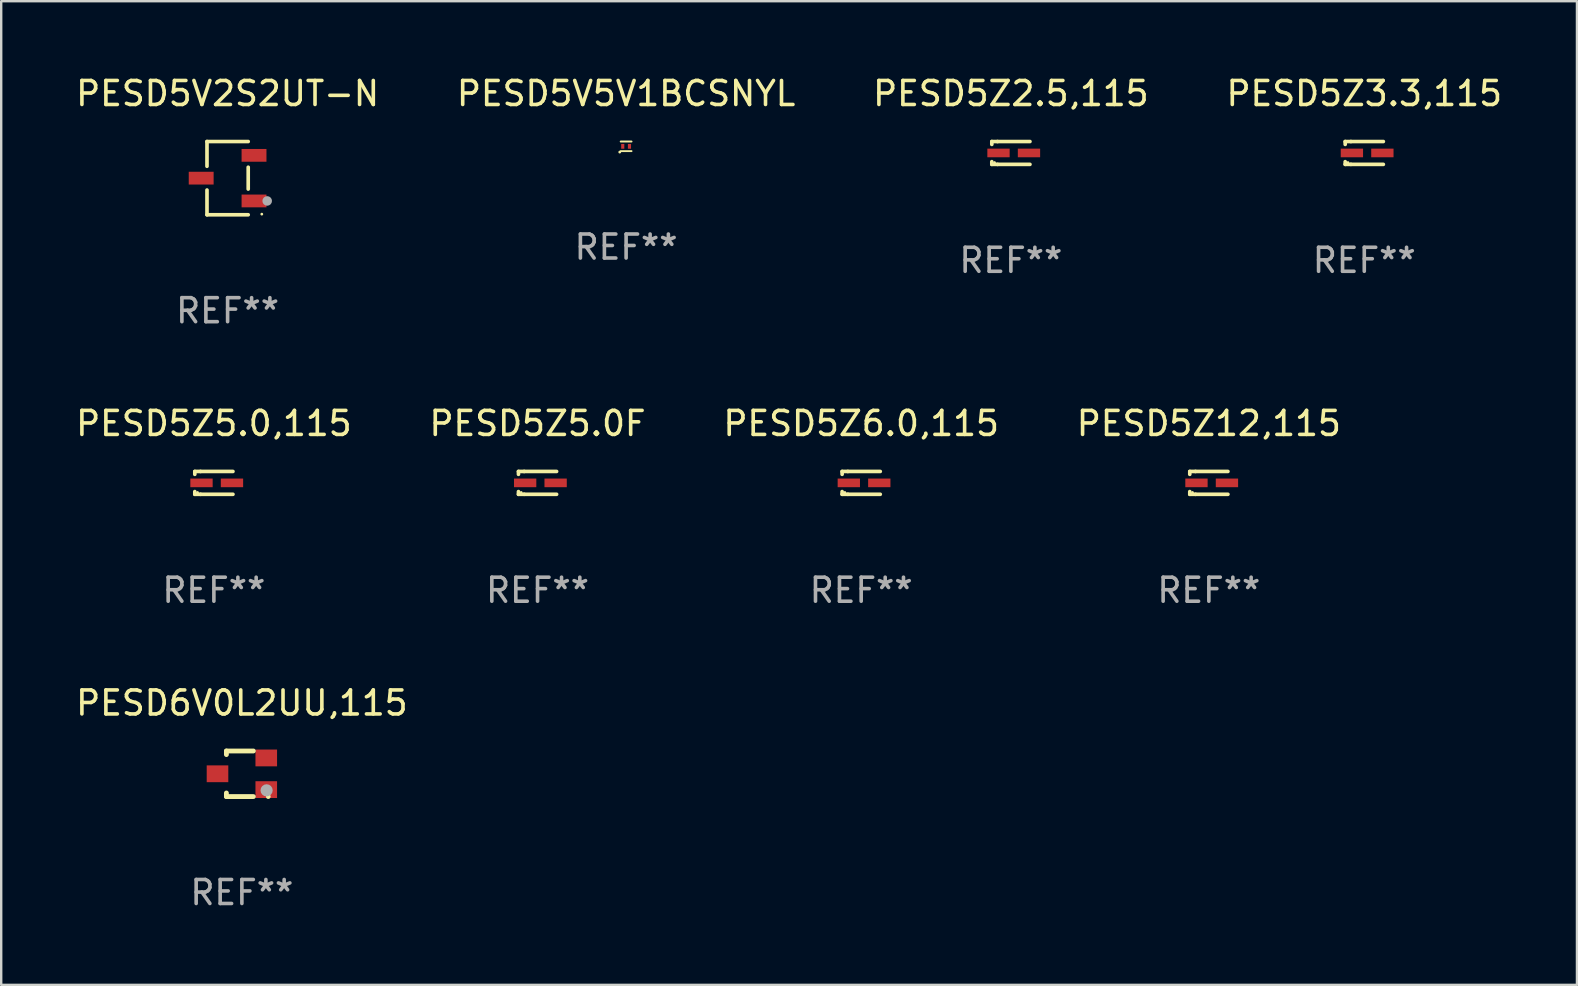
<source format=kicad_pcb>
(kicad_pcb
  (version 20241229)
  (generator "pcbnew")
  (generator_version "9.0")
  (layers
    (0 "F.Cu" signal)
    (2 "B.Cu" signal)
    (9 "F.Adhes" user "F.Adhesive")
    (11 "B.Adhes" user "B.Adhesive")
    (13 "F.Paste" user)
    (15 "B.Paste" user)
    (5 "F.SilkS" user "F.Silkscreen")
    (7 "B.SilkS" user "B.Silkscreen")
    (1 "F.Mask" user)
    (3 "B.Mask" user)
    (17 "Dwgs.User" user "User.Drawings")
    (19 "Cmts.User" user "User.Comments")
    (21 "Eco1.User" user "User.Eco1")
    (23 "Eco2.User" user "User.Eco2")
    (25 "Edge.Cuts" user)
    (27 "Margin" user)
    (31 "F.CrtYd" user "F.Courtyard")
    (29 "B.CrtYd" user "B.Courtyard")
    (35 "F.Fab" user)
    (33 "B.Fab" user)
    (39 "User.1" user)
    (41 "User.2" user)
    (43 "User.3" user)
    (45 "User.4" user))
  (footprint "PESD5Z2.5,115"
    (layer "F.Cu")
    (at 39.077 3.324)
    (property "Reference" "PESD5Z2.5,115" (at 0 -2.476 0) (layer "F.SilkS") (effects (font (size 1 1) (thickness 0.15))))
    (attr through_hole)
    (fp_line (start -0.795 -0.476) (end -0.795 -0.356) (stroke (width 0.152) (type solid)) (layer "F.SilkS"))
    (fp_line (start -0.795 0.363) (end -0.795 0.476) (stroke (width 0.152) (type solid)) (layer "F.SilkS"))
    (fp_line (start -0.795 0.476) (end -0.557 0.476) (stroke (width 0.152) (type solid)) (layer "F.SilkS"))
    (fp_line (start -0.557 -0.476) (end -0.795 -0.476) (stroke (width 0.152) (type solid)) (layer "F.SilkS"))
    (fp_line (start -0.557 -0.476) (end 0.795 -0.476) (stroke (width 0.152) (type solid)) (layer "F.SilkS"))
    (fp_line (start -0.557 0.476) (end 0.795 0.476) (stroke (width 0.152) (type solid)) (layer "F.SilkS"))
    (fp_circle (center -0.681 0.4) (end -0.651 0.4) (stroke (width 0.06) (type solid)) (fill no) (layer "F.SilkS"))
    (fp_text user "REF**" (at 0 4.476 0) (layer "F.Fab") (effects (font (size 1 1) (thickness 0.15))))
    (pad "1" smd rect (at -0.516 0 180) (size 0.93 0.36) (layers "F.Cu" "F.Mask" "F.Paste"))
    (pad "2" smd rect (at 0.754 0 180) (size 0.93 0.36) (layers "F.Cu" "F.Mask" "F.Paste")))
  (footprint "PESD5Z6.0,115"
    (layer "F.Cu")
    (at 32.839 17.073)
    (property "Reference" "PESD5Z6.0,115" (at 0 -2.476 0) (layer "F.SilkS") (effects (font (size 1 1) (thickness 0.15))))
    (attr through_hole)
    (fp_line (start -0.795 -0.476) (end -0.795 -0.356) (stroke (width 0.152) (type solid)) (layer "F.SilkS"))
    (fp_line (start -0.795 0.363) (end -0.795 0.476) (stroke (width 0.152) (type solid)) (layer "F.SilkS"))
    (fp_line (start -0.795 0.476) (end -0.557 0.476) (stroke (width 0.152) (type solid)) (layer "F.SilkS"))
    (fp_line (start -0.557 -0.476) (end -0.795 -0.476) (stroke (width 0.152) (type solid)) (layer "F.SilkS"))
    (fp_line (start -0.557 -0.476) (end 0.795 -0.476) (stroke (width 0.152) (type solid)) (layer "F.SilkS"))
    (fp_line (start -0.557 0.476) (end 0.795 0.476) (stroke (width 0.152) (type solid)) (layer "F.SilkS"))
    (fp_circle (center -0.681 0.4) (end -0.651 0.4) (stroke (width 0.06) (type solid)) (fill no) (layer "F.SilkS"))
    (fp_text user "REF**" (at 0 4.476 0) (layer "F.Fab") (effects (font (size 1 1) (thickness 0.15))))
    (pad "1" smd rect (at -0.516 0 180) (size 0.93 0.36) (layers "F.Cu" "F.Mask" "F.Paste"))
    (pad "2" smd rect (at 0.754 0 180) (size 0.93 0.36) (layers "F.Cu" "F.Mask" "F.Paste")))
  (footprint "PESD5Z3.3,115"
    (layer "F.Cu")
    (at 53.804 3.324)
    (property "Reference" "PESD5Z3.3,115" (at 0 -2.476 0) (layer "F.SilkS") (effects (font (size 1 1) (thickness 0.15))))
    (attr through_hole)
    (fp_line (start -0.795 -0.476) (end -0.795 -0.356) (stroke (width 0.152) (type solid)) (layer "F.SilkS"))
    (fp_line (start -0.795 0.363) (end -0.795 0.476) (stroke (width 0.152) (type solid)) (layer "F.SilkS"))
    (fp_line (start -0.795 0.476) (end -0.557 0.476) (stroke (width 0.152) (type solid)) (layer "F.SilkS"))
    (fp_line (start -0.557 -0.476) (end -0.795 -0.476) (stroke (width 0.152) (type solid)) (layer "F.SilkS"))
    (fp_line (start -0.557 -0.476) (end 0.795 -0.476) (stroke (width 0.152) (type solid)) (layer "F.SilkS"))
    (fp_line (start -0.557 0.476) (end 0.795 0.476) (stroke (width 0.152) (type solid)) (layer "F.SilkS"))
    (fp_circle (center -0.681 0.4) (end -0.651 0.4) (stroke (width 0.06) (type solid)) (fill no) (layer "F.SilkS"))
    (fp_text user "REF**" (at 0 4.476 0) (layer "F.Fab") (effects (font (size 1 1) (thickness 0.15))))
    (pad "1" smd rect (at -0.516 0 180) (size 0.93 0.36) (layers "F.Cu" "F.Mask" "F.Paste"))
    (pad "2" smd rect (at 0.754 0 180) (size 0.93 0.36) (layers "F.Cu" "F.Mask" "F.Paste")))
  (footprint "PESD5V5V1BCSNYL"
    (layer "F.Cu")
    (at 23.042 3.048)
    (property "Reference" "PESD5V5V1BCSNYL" (at 0 -2.2 0) (layer "F.SilkS") (effects (font (size 1 1) (thickness 0.15))))
    (attr through_hole)
    (fp_line (start -0.225 -0.2) (end 0.225 -0.2) (stroke (width 0.08) (type solid)) (layer "F.SilkS"))
    (fp_line (start -0.225 0.2) (end 0.225 0.2) (stroke (width 0.08) (type solid)) (layer "F.SilkS"))
    (fp_circle (center -0.265 0.24) (end -0.235 0.24) (stroke (width 0.06) (type solid)) (fill no) (layer "F.SilkS"))
    (fp_text user "REF**" (at 0 4.2 0) (layer "F.Fab") (effects (font (size 1 1) (thickness 0.15))))
    (pad "1" smd rect (at -0.14 0) (size 0.13 0.2) (layers "F.Cu" "F.Mask" "F.Paste"))
    (pad "2" smd rect (at 0.14 0) (size 0.13 0.2) (layers "F.Cu" "F.Mask" "F.Paste")))
  (footprint "PESD5Z12,115"
    (layer "F.Cu")
    (at 47.327 17.073)
    (property "Reference" "PESD5Z12,115" (at 0 -2.476 0) (layer "F.SilkS") (effects (font (size 1 1) (thickness 0.15))))
    (attr through_hole)
    (fp_line (start -0.795 -0.476) (end -0.795 -0.356) (stroke (width 0.152) (type solid)) (layer "F.SilkS"))
    (fp_line (start -0.795 0.363) (end -0.795 0.476) (stroke (width 0.152) (type solid)) (layer "F.SilkS"))
    (fp_line (start -0.795 0.476) (end -0.557 0.476) (stroke (width 0.152) (type solid)) (layer "F.SilkS"))
    (fp_line (start -0.557 -0.476) (end -0.795 -0.476) (stroke (width 0.152) (type solid)) (layer "F.SilkS"))
    (fp_line (start -0.557 -0.476) (end 0.795 -0.476) (stroke (width 0.152) (type solid)) (layer "F.SilkS"))
    (fp_line (start -0.557 0.476) (end 0.795 0.476) (stroke (width 0.152) (type solid)) (layer "F.SilkS"))
    (fp_circle (center -0.681 0.4) (end -0.651 0.4) (stroke (width 0.06) (type solid)) (fill no) (layer "F.SilkS"))
    (fp_text user "REF**" (at 0 4.476 0) (layer "F.Fab") (effects (font (size 1 1) (thickness 0.15))))
    (pad "1" smd rect (at -0.516 0 180) (size 0.93 0.36) (layers "F.Cu" "F.Mask" "F.Paste"))
    (pad "2" smd rect (at 0.754 0 180) (size 0.93 0.36) (layers "F.Cu" "F.Mask" "F.Paste")))
  (footprint "PESD5Z5.0F"
    (layer "F.Cu")
    (at 19.351 17.073)
    (property "Reference" "PESD5Z5.0F" (at 0 -2.476 0) (layer "F.SilkS") (effects (font (size 1 1) (thickness 0.15))))
    (attr through_hole)
    (fp_line (start -0.795 -0.476) (end -0.795 -0.356) (stroke (width 0.152) (type solid)) (layer "F.SilkS"))
    (fp_line (start -0.795 0.363) (end -0.795 0.476) (stroke (width 0.152) (type solid)) (layer "F.SilkS"))
    (fp_line (start -0.795 0.476) (end -0.557 0.476) (stroke (width 0.152) (type solid)) (layer "F.SilkS"))
    (fp_line (start -0.557 -0.476) (end -0.795 -0.476) (stroke (width 0.152) (type solid)) (layer "F.SilkS"))
    (fp_line (start -0.557 -0.476) (end 0.795 -0.476) (stroke (width 0.152) (type solid)) (layer "F.SilkS"))
    (fp_line (start -0.557 0.476) (end 0.795 0.476) (stroke (width 0.152) (type solid)) (layer "F.SilkS"))
    (fp_circle (center -0.681 0.4) (end -0.651 0.4) (stroke (width 0.06) (type solid)) (fill no) (layer "F.SilkS"))
    (fp_text user "REF**" (at 0 4.476 0) (layer "F.Fab") (effects (font (size 1 1) (thickness 0.15))))
    (pad "1" smd rect (at -0.516 0 180) (size 0.93 0.36) (layers "F.Cu" "F.Mask" "F.Paste"))
    (pad "2" smd rect (at 0.754 0 180) (size 0.93 0.36) (layers "F.Cu" "F.Mask" "F.Paste")))
  (footprint "PESD5V2S2UT-N"
    (layer "F.Cu")
    (at 6.435 4.374)
    (property "Reference" "PESD5V2S2UT-N" (at 0 -3.526 0) (layer "F.SilkS") (effects (font (size 1 1) (thickness 0.15))))
    (attr through_hole)
    (fp_line (start -0.859 -1.526) (end -0.859 -0.495) (stroke (width 0.152) (type solid)) (layer "F.SilkS"))
    (fp_line (start -0.859 1.526) (end -0.859 0.495) (stroke (width 0.152) (type solid)) (layer "F.SilkS"))
    (fp_line (start 0.859 -1.526) (end -0.859 -1.526) (stroke (width 0.152) (type solid)) (layer "F.SilkS"))
    (fp_line (start 0.859 -0.455) (end 0.859 0.455) (stroke (width 0.152) (type solid)) (layer "F.SilkS"))
    (fp_line (start 0.859 1.526) (end -0.859 1.526) (stroke (width 0.152) (type solid)) (layer "F.SilkS"))
    (fp_circle (center 1.425 1.5) (end 1.455 1.5) (stroke (width 0.06) (type solid)) (fill no) (layer "F.SilkS"))
    (fp_circle (center 1.65 0.95) (end 1.75 0.95) (stroke (width 0.2) (type solid)) (fill no) (layer "F.Fab"))
    (fp_text user "REF**" (at 0 5.526 0) (layer "F.Fab") (effects (font (size 1 1) (thickness 0.15))))
    (pad "1" smd rect (at 1.101 0.95) (size 1.037 0.532) (layers "F.Cu" "F.Mask" "F.Paste"))
    (pad "2" smd rect (at 1.101 -0.95) (size 1.037 0.532) (layers "F.Cu" "F.Mask" "F.Paste"))
    (pad "3" smd rect (at -1.101 0) (size 1.037 0.532) (layers "F.Cu" "F.Mask" "F.Paste")))
  (footprint "PESD6V0L2UU,115"
    (layer "F.Cu")
    (at 7.03 29.196)
    (property "Reference" "PESD6V0L2UU,115" (at 0 -2.95 0) (layer "F.SilkS") (effects (font (size 1 1) (thickness 0.15))))
    (attr through_hole)
    (fp_line (start -0.645 -0.95) (end 0.48 -0.95) (stroke (width 0.201) (type solid)) (layer "F.SilkS"))
    (fp_line (start -0.645 -0.8) (end -0.645 -0.95) (stroke (width 0.201) (type solid)) (layer "F.SilkS"))
    (fp_line (start -0.645 0.95) (end -0.645 0.8) (stroke (width 0.201) (type solid)) (layer "F.SilkS"))
    (fp_line (start 0.48 0.95) (end -0.645 0.95) (stroke (width 0.201) (type solid)) (layer "F.SilkS"))
    (fp_circle (center 1.1 0.95) (end 1.15 0.95) (stroke (width 0.1) (type solid)) (fill no) (layer "F.SilkS"))
    (fp_circle (center 1.03 0.69) (end 1.157 0.69) (stroke (width 0.254) (type solid)) (fill no) (layer "F.Fab"))
    (fp_text user "REF**" (at 0 4.95 0) (layer "F.Fab") (effects (font (size 1 1) (thickness 0.15))))
    (pad "1" smd rect (at 1.016 0.66 90) (size 0.7 0.9) (layers "F.Cu" "F.Mask" "F.Paste"))
    (pad "2" smd rect (at 1.016 -0.66 90) (size 0.7 0.9) (layers "F.Cu" "F.Mask" "F.Paste"))
    (pad "3" smd rect (at -1.016 0 90) (size 0.7 0.9) (layers "F.Cu" "F.Mask" "F.Paste")))
  (footprint "PESD5Z5.0,115"
    (layer "F.Cu")
    (at 5.863 17.073)
    (property "Reference" "PESD5Z5.0,115" (at 0 -2.476 0) (layer "F.SilkS") (effects (font (size 1 1) (thickness 0.15))))
    (attr through_hole)
    (fp_line (start -0.795 -0.476) (end -0.795 -0.356) (stroke (width 0.152) (type solid)) (layer "F.SilkS"))
    (fp_line (start -0.795 0.363) (end -0.795 0.476) (stroke (width 0.152) (type solid)) (layer "F.SilkS"))
    (fp_line (start -0.795 0.476) (end -0.557 0.476) (stroke (width 0.152) (type solid)) (layer "F.SilkS"))
    (fp_line (start -0.557 -0.476) (end -0.795 -0.476) (stroke (width 0.152) (type solid)) (layer "F.SilkS"))
    (fp_line (start -0.557 -0.476) (end 0.795 -0.476) (stroke (width 0.152) (type solid)) (layer "F.SilkS"))
    (fp_line (start -0.557 0.476) (end 0.795 0.476) (stroke (width 0.152) (type solid)) (layer "F.SilkS"))
    (fp_circle (center -0.681 0.4) (end -0.651 0.4) (stroke (width 0.06) (type solid)) (fill no) (layer "F.SilkS"))
    (fp_text user "REF**" (at 0 4.476 0) (layer "F.Fab") (effects (font (size 1 1) (thickness 0.15))))
    (pad "1" smd rect (at -0.516 0 180) (size 0.93 0.36) (layers "F.Cu" "F.Mask" "F.Paste"))
    (pad "2" smd rect (at 0.754 0 180) (size 0.93 0.36) (layers "F.Cu" "F.Mask" "F.Paste")))
  (gr_rect
    (start -3 -3)
    (end 62.667 37.994)
    (stroke (width 0.1) (type default))
    (fill no)
    (layer "Edge.Cuts")))
</source>
